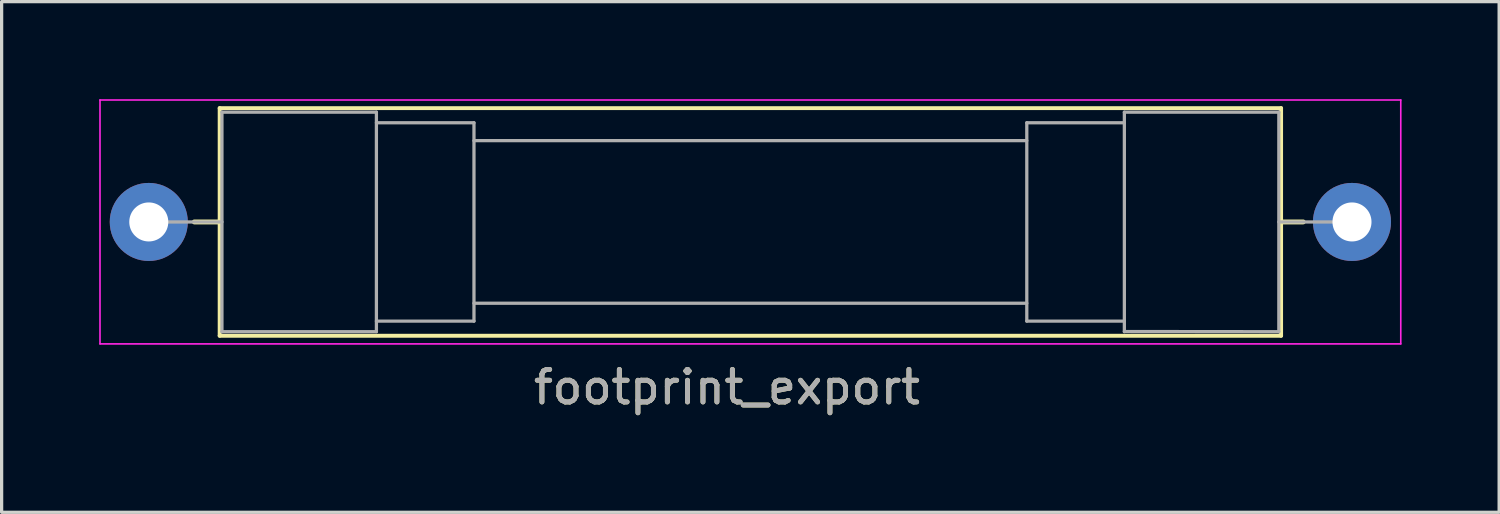
<source format=kicad_pcb>
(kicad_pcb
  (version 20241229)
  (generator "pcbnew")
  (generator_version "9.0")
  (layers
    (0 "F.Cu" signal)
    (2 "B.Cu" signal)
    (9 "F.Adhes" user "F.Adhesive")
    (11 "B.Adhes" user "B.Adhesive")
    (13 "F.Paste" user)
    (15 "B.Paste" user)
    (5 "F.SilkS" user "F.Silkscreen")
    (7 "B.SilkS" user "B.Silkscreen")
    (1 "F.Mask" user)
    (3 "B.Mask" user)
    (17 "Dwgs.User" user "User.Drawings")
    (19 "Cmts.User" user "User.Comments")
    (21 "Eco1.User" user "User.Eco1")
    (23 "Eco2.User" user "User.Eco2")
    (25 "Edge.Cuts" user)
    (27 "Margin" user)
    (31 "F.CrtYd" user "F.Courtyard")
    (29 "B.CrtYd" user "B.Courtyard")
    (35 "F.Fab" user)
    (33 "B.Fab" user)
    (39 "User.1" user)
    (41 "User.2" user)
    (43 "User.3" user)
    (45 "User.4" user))
  (footprint "footprint_export"
    (layer "F.Cu")
    (at 1.525 3.775)
    (property "Reference" "footprint_export" (at 17.78 5.08 0) (layer "F.SilkS") (effects (font (size 1 1) (thickness 0.15))))
    (attr through_hole)
    (fp_line (start 1.4 0) (end 2.18 0) (stroke (width 0.15) (type solid)) (layer "F.SilkS"))
    (fp_line (start 2.18 -3.5) (end 2.18 3.5) (stroke (width 0.12) (type solid)) (layer "F.SilkS"))
    (fp_line (start 2.18 -3.5) (end 34.82 -3.5) (stroke (width 0.12) (type solid)) (layer "F.SilkS"))
    (fp_line (start 2.18 3.5) (end 34.82 3.5) (stroke (width 0.12) (type solid)) (layer "F.SilkS"))
    (fp_line (start 34.82 0) (end 35.5 0) (stroke (width 0.15) (type solid)) (layer "F.SilkS"))
    (fp_line (start 34.82 3.5) (end 34.82 -3.5) (stroke (width 0.12) (type solid)) (layer "F.SilkS"))
    (fp_line (start -1.5 -3.75) (end -1.5 3.75) (stroke (width 0.05) (type solid)) (layer "F.CrtYd"))
    (fp_line (start -1.5 -3.75) (end 38.5 -3.75) (stroke (width 0.05) (type solid)) (layer "F.CrtYd"))
    (fp_line (start -1.5 3.75) (end 38.5 3.75) (stroke (width 0.05) (type solid)) (layer "F.CrtYd"))
    (fp_line (start 38.5 3.75) (end 38.5 -3.75) (stroke (width 0.05) (type solid)) (layer "F.CrtYd"))
    (fp_line (start 0 0) (end 2.25 0) (stroke (width 0.1) (type solid)) (layer "F.Fab"))
    (fp_line (start 2.25 -3.375) (end 2.25 3.375) (stroke (width 0.1) (type solid)) (layer "F.Fab"))
    (fp_line (start 2.25 -3.375) (end 7 -3.375) (stroke (width 0.1) (type solid)) (layer "F.Fab"))
    (fp_line (start 2.25 3.375) (end 7 3.375) (stroke (width 0.1) (type solid)) (layer "F.Fab"))
    (fp_line (start 7 -3.375) (end 7 3.375) (stroke (width 0.1) (type solid)) (layer "F.Fab"))
    (fp_line (start 7 -3.05) (end 10 -3.05) (stroke (width 0.1) (type solid)) (layer "F.Fab"))
    (fp_line (start 7 3.05) (end 10 3.05) (stroke (width 0.1) (type solid)) (layer "F.Fab"))
    (fp_line (start 10 -2.5) (end 27 -2.5) (stroke (width 0.1) (type solid)) (layer "F.Fab"))
    (fp_line (start 10 2.5) (end 27 2.5) (stroke (width 0.1) (type solid)) (layer "F.Fab"))
    (fp_line (start 10 3.05) (end 10 -3.05) (stroke (width 0.1) (type solid)) (layer "F.Fab"))
    (fp_line (start 27 -3.05) (end 30 -3.05) (stroke (width 0.1) (type solid)) (layer "F.Fab"))
    (fp_line (start 27 3.05) (end 27 -3.05) (stroke (width 0.1) (type solid)) (layer "F.Fab"))
    (fp_line (start 27 3.05) (end 30 3.05) (stroke (width 0.1) (type solid)) (layer "F.Fab"))
    (fp_line (start 30 -3.375) (end 30 3.375) (stroke (width 0.1) (type solid)) (layer "F.Fab"))
    (fp_line (start 30 -3.375) (end 34.75 -3.375) (stroke (width 0.1) (type solid)) (layer "F.Fab"))
    (fp_line (start 30 3.37) (end 34.75 3.375) (stroke (width 0.1) (type solid)) (layer "F.Fab"))
    (fp_line (start 34.75 -3.375) (end 34.75 3.375) (stroke (width 0.1) (type solid)) (layer "F.Fab"))
    (fp_line (start 34.75 0) (end 37 0) (stroke (width 0.1) (type solid)) (layer "F.Fab"))
    (fp_text user "${REFERENCE}" (at 17.78 5.08 0) (layer "F.Fab") (effects (font (size 1 1) (thickness 0.15))))
    (pad "1" thru_hole circle (at 0 0) (size 2.4 2.4) (drill 1.2) (layers "*.Cu" "*.Mask"))
    (pad "2" thru_hole circle (at 37 0) (size 2.4 2.4) (drill 1.2) (layers "*.Cu" "*.Mask")))
  (gr_rect
    (start -3 -3)
    (end 43.05 12.703)
    (stroke (width 0.1) (type default))
    (fill no)
    (layer "Edge.Cuts")))
</source>
